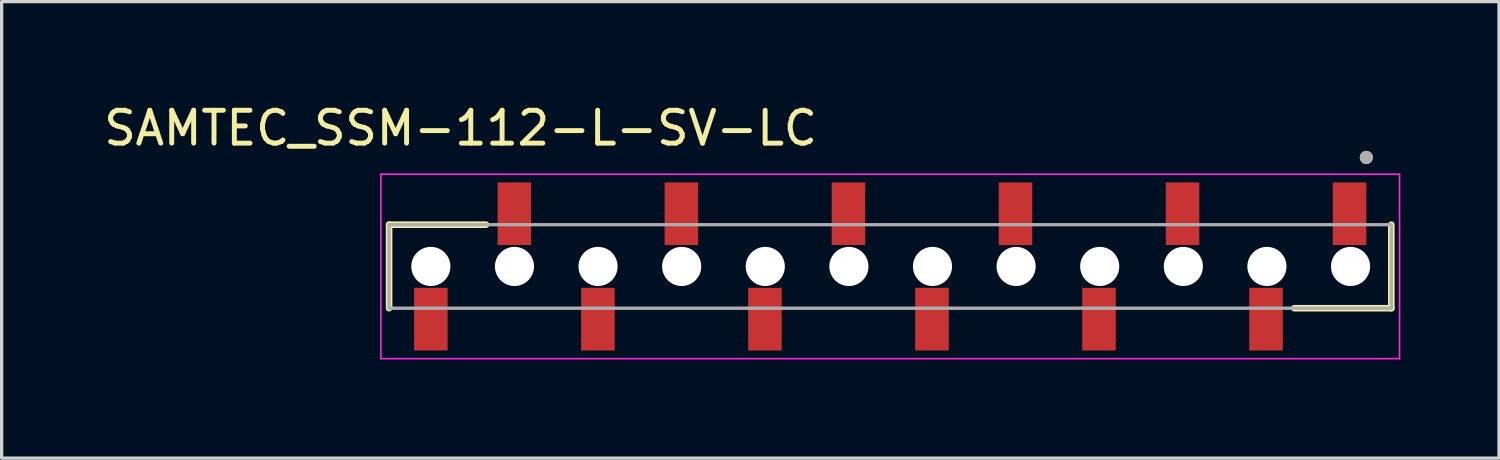
<source format=kicad_pcb>
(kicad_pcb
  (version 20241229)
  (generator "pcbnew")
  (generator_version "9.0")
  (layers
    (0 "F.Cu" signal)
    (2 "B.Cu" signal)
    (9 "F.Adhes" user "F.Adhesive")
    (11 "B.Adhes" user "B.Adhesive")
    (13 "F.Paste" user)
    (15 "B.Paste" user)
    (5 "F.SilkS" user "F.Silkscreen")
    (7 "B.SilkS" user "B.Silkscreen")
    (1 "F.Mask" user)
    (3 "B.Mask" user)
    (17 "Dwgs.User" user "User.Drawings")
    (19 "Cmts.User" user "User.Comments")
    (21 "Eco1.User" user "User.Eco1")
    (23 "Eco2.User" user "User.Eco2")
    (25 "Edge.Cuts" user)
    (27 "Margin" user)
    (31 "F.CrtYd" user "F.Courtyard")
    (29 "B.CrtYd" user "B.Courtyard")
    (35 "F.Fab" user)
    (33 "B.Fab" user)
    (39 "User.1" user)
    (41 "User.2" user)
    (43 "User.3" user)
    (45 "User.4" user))
  (footprint "SAMTEC_SSM-112-L-SV-LC"
    (layer "F.Cu")
    (at 24.023 5.053)
    (property "Reference" "SAMTEC_SSM-112-L-SV-LC" (at -13.065 -4.205 0) (layer "F.SilkS") (effects (font (size 1 1) (thickness 0.15))))
    (attr smd)
    (fp_line (start -15.24 -1.27) (end -12.29 -1.27) (stroke (width 0.2) (type solid)) (layer "F.SilkS"))
    (fp_line (start -15.24 1.27) (end -15.24 -1.27) (stroke (width 0.2) (type solid)) (layer "F.SilkS"))
    (fp_line (start 15.24 1.27) (end 12.29 1.27) (stroke (width 0.2) (type solid)) (layer "F.SilkS"))
    (fp_line (start 15.24 1.27) (end 15.24 -1.27) (stroke (width 0.2) (type solid)) (layer "F.SilkS"))
    (fp_circle (center 14.48 -3.315) (end 14.58 -3.315) (stroke (width 0.2) (type solid)) (fill no) (layer "F.SilkS"))
    (fp_line (start -15.49 -2.805) (end 15.49 -2.805) (stroke (width 0.05) (type solid)) (layer "F.CrtYd"))
    (fp_line (start -15.49 2.805) (end -15.49 -2.805) (stroke (width 0.05) (type solid)) (layer "F.CrtYd"))
    (fp_line (start 15.49 -2.805) (end 15.49 2.805) (stroke (width 0.05) (type solid)) (layer "F.CrtYd"))
    (fp_line (start 15.49 2.805) (end -15.49 2.805) (stroke (width 0.05) (type solid)) (layer "F.CrtYd"))
    (fp_line (start -15.24 -1.27) (end 15.24 -1.27) (stroke (width 0.1) (type solid)) (layer "F.Fab"))
    (fp_line (start -15.24 1.27) (end -15.24 -1.27) (stroke (width 0.1) (type solid)) (layer "F.Fab"))
    (fp_line (start 15.24 -1.27) (end 15.24 1.27) (stroke (width 0.1) (type solid)) (layer "F.Fab"))
    (fp_line (start 15.24 1.27) (end -15.24 1.27) (stroke (width 0.1) (type solid)) (layer "F.Fab"))
    (fp_circle (center 14.48 -3.315) (end 14.58 -3.315) (stroke (width 0.2) (type solid)) (fill no) (layer "F.Fab"))
    (pad "" np_thru_hole circle (at -13.97 0) (size 1.19 1.19) (drill 1.19) (layers "*.Cu" "*.Mask"))
    (pad "" np_thru_hole circle (at -11.427 0) (size 1.19 1.19) (drill 1.19) (layers "*.Cu" "*.Mask"))
    (pad "" np_thru_hole circle (at -8.885 0) (size 1.19 1.19) (drill 1.19) (layers "*.Cu" "*.Mask"))
    (pad "" np_thru_hole circle (at -6.342 0) (size 1.19 1.19) (drill 1.19) (layers "*.Cu" "*.Mask"))
    (pad "" np_thru_hole circle (at -3.799 0) (size 1.19 1.19) (drill 1.19) (layers "*.Cu" "*.Mask"))
    (pad "" np_thru_hole circle (at -1.256 0) (size 1.19 1.19) (drill 1.19) (layers "*.Cu" "*.Mask"))
    (pad "" np_thru_hole circle (at 1.286 0) (size 1.19 1.19) (drill 1.19) (layers "*.Cu" "*.Mask"))
    (pad "" np_thru_hole circle (at 3.829 0) (size 1.19 1.19) (drill 1.19) (layers "*.Cu" "*.Mask"))
    (pad "" np_thru_hole circle (at 6.372 0) (size 1.19 1.19) (drill 1.19) (layers "*.Cu" "*.Mask"))
    (pad "" np_thru_hole circle (at 8.915 0) (size 1.19 1.19) (drill 1.19) (layers "*.Cu" "*.Mask"))
    (pad "" np_thru_hole circle (at 11.457 0) (size 1.19 1.19) (drill 1.19) (layers "*.Cu" "*.Mask"))
    (pad "" np_thru_hole circle (at 14 0) (size 1.19 1.19) (drill 1.19) (layers "*.Cu" "*.Mask"))
    (pad "01" smd rect (at 13.97 -1.603) (size 1.02 1.905) (layers "F.Cu" "F.Mask" "F.Paste"))
    (pad "02" smd rect (at 11.43 1.603) (size 1.02 1.905) (layers "F.Cu" "F.Mask" "F.Paste"))
    (pad "03" smd rect (at 8.89 -1.603) (size 1.02 1.905) (layers "F.Cu" "F.Mask" "F.Paste"))
    (pad "04" smd rect (at 6.35 1.603) (size 1.02 1.905) (layers "F.Cu" "F.Mask" "F.Paste"))
    (pad "05" smd rect (at 3.81 -1.603) (size 1.02 1.905) (layers "F.Cu" "F.Mask" "F.Paste"))
    (pad "06" smd rect (at 1.27 1.603) (size 1.02 1.905) (layers "F.Cu" "F.Mask" "F.Paste"))
    (pad "07" smd rect (at -1.27 -1.603) (size 1.02 1.905) (layers "F.Cu" "F.Mask" "F.Paste"))
    (pad "08" smd rect (at -3.81 1.603) (size 1.02 1.905) (layers "F.Cu" "F.Mask" "F.Paste"))
    (pad "09" smd rect (at -6.35 -1.603) (size 1.02 1.905) (layers "F.Cu" "F.Mask" "F.Paste"))
    (pad "10" smd rect (at -8.89 1.603) (size 1.02 1.905) (layers "F.Cu" "F.Mask" "F.Paste"))
    (pad "11" smd rect (at -11.43 -1.603) (size 1.02 1.905) (layers "F.Cu" "F.Mask" "F.Paste"))
    (pad "12" smd rect (at -13.97 1.603) (size 1.02 1.905) (layers "F.Cu" "F.Mask" "F.Paste")))
  (gr_rect
    (start -3 -3)
    (end 42.538 10.883)
    (stroke (width 0.1) (type default))
    (fill no)
    (layer "Edge.Cuts")))
</source>
